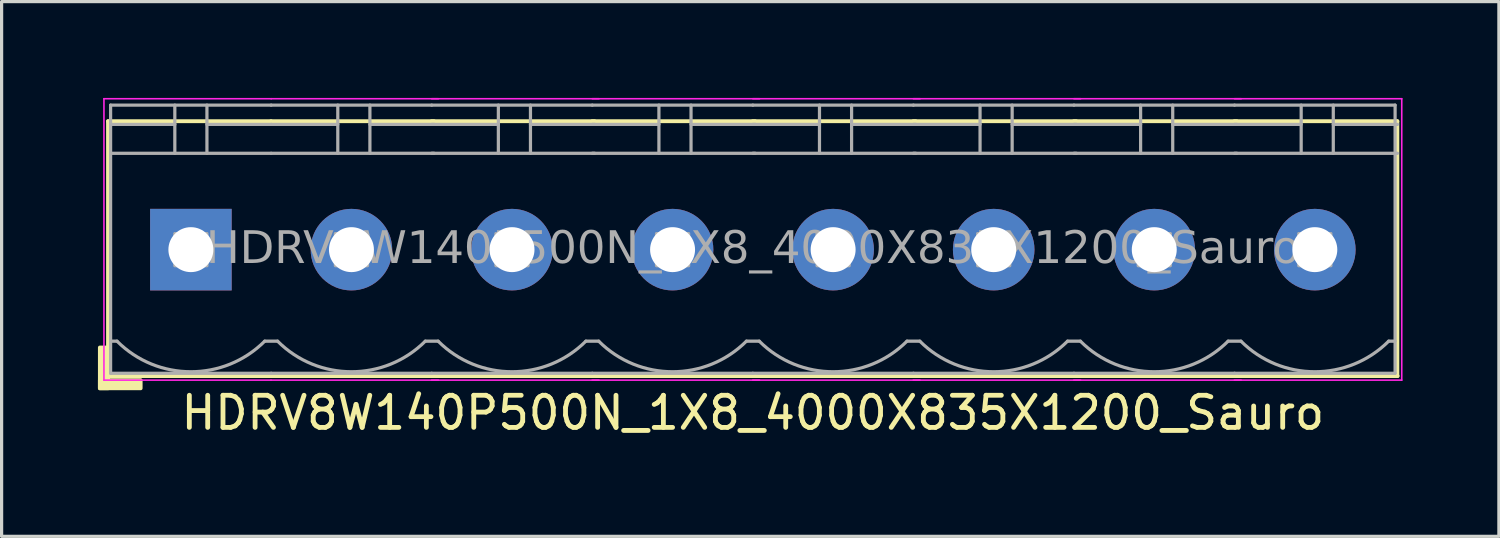
<source format=kicad_pcb>
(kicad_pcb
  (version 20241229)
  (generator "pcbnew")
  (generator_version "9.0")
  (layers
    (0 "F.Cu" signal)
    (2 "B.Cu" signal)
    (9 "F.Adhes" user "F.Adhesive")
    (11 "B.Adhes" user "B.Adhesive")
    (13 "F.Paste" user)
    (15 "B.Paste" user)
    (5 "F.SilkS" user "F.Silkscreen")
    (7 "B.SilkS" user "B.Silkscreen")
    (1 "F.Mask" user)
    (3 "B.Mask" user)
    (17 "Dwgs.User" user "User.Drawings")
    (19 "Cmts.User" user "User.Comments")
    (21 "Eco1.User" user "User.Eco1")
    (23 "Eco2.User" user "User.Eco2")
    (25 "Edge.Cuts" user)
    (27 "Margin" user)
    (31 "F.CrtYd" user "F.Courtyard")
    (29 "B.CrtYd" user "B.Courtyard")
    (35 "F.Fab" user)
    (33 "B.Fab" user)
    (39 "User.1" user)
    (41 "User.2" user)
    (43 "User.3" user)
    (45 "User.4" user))
  (footprint "HDRV8W140P500N_1X8_4000X835X1200_Sauro"
    (layer "F.Cu")
    (at 20.394 4.724)
    (property "Reference" "HDRV8W140P500N_1X8_4000X835X1200_Sauro" (at 0 5.08 0) (layer "F.SilkS") (effects (font (size 1 1) (thickness 0.15))))
    (attr through_hole)
    (fp_line (start -20.08 -4) (end -20.08 3.937) (stroke (width 0.12) (type solid)) (layer "F.SilkS"))
    (fp_line (start -20.08 3.937) (end -15 3.937) (stroke (width 0.12) (type solid)) (layer "F.SilkS"))
    (fp_line (start -15.005 -4) (end -20.08 -4) (stroke (width 0.12) (type solid)) (layer "F.SilkS"))
    (fp_line (start -15 3.937) (end -9.92 3.937) (stroke (width 0.12) (type solid)) (layer "F.SilkS"))
    (fp_line (start -10 3.937) (end -4.92 3.937) (stroke (width 0.12) (type solid)) (layer "F.SilkS"))
    (fp_line (start -9.93 -4) (end -15.005 -4) (stroke (width 0.12) (type solid)) (layer "F.SilkS"))
    (fp_line (start -5 3.937) (end 0.08 3.937) (stroke (width 0.12) (type solid)) (layer "F.SilkS"))
    (fp_line (start -4.93 -4) (end -10.005 -4) (stroke (width 0.12) (type solid)) (layer "F.SilkS"))
    (fp_line (start 0 3.937) (end 5.08 3.937) (stroke (width 0.12) (type solid)) (layer "F.SilkS"))
    (fp_line (start 0.07 -4) (end -5.005 -4) (stroke (width 0.12) (type solid)) (layer "F.SilkS"))
    (fp_line (start 5 3.937) (end 10.08 3.937) (stroke (width 0.12) (type solid)) (layer "F.SilkS"))
    (fp_line (start 5.07 -4) (end -0.005 -4) (stroke (width 0.12) (type solid)) (layer "F.SilkS"))
    (fp_line (start 10 3.937) (end 15.08 3.937) (stroke (width 0.12) (type solid)) (layer "F.SilkS"))
    (fp_line (start 10.07 -4) (end 4.995 -4) (stroke (width 0.12) (type solid)) (layer "F.SilkS"))
    (fp_line (start 15 3.937) (end 20.08 3.937) (stroke (width 0.12) (type solid)) (layer "F.SilkS"))
    (fp_line (start 15.07 -4) (end 9.995 -4) (stroke (width 0.12) (type solid)) (layer "F.SilkS"))
    (fp_line (start 20.07 -4) (end 14.995 -4) (stroke (width 0.12) (type solid)) (layer "F.SilkS"))
    (fp_line (start 20.07 -4) (end 20.07 3.937) (stroke (width 0.12) (type solid)) (layer "F.SilkS"))
    (fp_rect (start -20.08 3.048) (end -20.334 4.318) (stroke (width 0.12) (type solid)) (fill yes) (layer "F.SilkS"))
    (fp_rect (start -19.064 4.318) (end -20.334 4.064) (stroke (width 0.12) (type solid)) (fill yes) (layer "F.SilkS"))
    (fp_line (start -20.207 4.064) (end -20.207 -4.699) (stroke (width 0.05) (type solid)) (layer "F.CrtYd"))
    (fp_line (start -15.005 4.064) (end -20.207 4.064) (stroke (width 0.05) (type solid)) (layer "F.CrtYd"))
    (fp_line (start -15 -4.699) (end -20.207 -4.699) (stroke (width 0.05) (type solid)) (layer "F.CrtYd"))
    (fp_line (start -9.793 -4.699) (end -15 -4.699) (stroke (width 0.05) (type solid)) (layer "F.CrtYd"))
    (fp_line (start -9.793 4.064) (end -15.005 4.064) (stroke (width 0.05) (type solid)) (layer "F.CrtYd"))
    (fp_line (start -4.793 -4.699) (end -10 -4.699) (stroke (width 0.05) (type solid)) (layer "F.CrtYd"))
    (fp_line (start -4.793 4.064) (end -10.005 4.064) (stroke (width 0.05) (type solid)) (layer "F.CrtYd"))
    (fp_line (start 0.207 -4.699) (end -5 -4.699) (stroke (width 0.05) (type solid)) (layer "F.CrtYd"))
    (fp_line (start 0.207 4.064) (end -5.005 4.064) (stroke (width 0.05) (type solid)) (layer "F.CrtYd"))
    (fp_line (start 5.207 -4.699) (end 0 -4.699) (stroke (width 0.05) (type solid)) (layer "F.CrtYd"))
    (fp_line (start 5.207 4.064) (end -0.005 4.064) (stroke (width 0.05) (type solid)) (layer "F.CrtYd"))
    (fp_line (start 10.207 -4.699) (end 5 -4.699) (stroke (width 0.05) (type solid)) (layer "F.CrtYd"))
    (fp_line (start 10.207 4.064) (end 4.995 4.064) (stroke (width 0.05) (type solid)) (layer "F.CrtYd"))
    (fp_line (start 15.207 -4.699) (end 10 -4.699) (stroke (width 0.05) (type solid)) (layer "F.CrtYd"))
    (fp_line (start 15.207 4.064) (end 9.995 4.064) (stroke (width 0.05) (type solid)) (layer "F.CrtYd"))
    (fp_line (start 20.207 -4.699) (end 15 -4.699) (stroke (width 0.05) (type solid)) (layer "F.CrtYd"))
    (fp_line (start 20.207 -4.699) (end 20.207 4.064) (stroke (width 0.05) (type solid)) (layer "F.CrtYd"))
    (fp_line (start 20.207 4.064) (end 14.995 4.064) (stroke (width 0.05) (type solid)) (layer "F.CrtYd"))
    (fp_line (start -20 -4.5) (end -20 3.85) (stroke (width 0.1) (type solid)) (layer "F.Fab"))
    (fp_line (start -19.8 2.85) (end -20 2.85) (stroke (width 0.1) (type solid)) (layer "F.Fab"))
    (fp_line (start -18 -4.5) (end -18 -3) (stroke (width 0.1) (type default)) (layer "F.Fab"))
    (fp_line (start -18 -3.9) (end -20 -3.9) (stroke (width 0.1) (type solid)) (layer "F.Fab"))
    (fp_line (start -17 -4.5) (end -17 -3) (stroke (width 0.1) (type default)) (layer "F.Fab"))
    (fp_line (start -17 -3.9) (end -15 -3.9) (stroke (width 0.1) (type solid)) (layer "F.Fab"))
    (fp_line (start -15.2 2.85) (end -14.8 2.85) (stroke (width 0.1) (type solid)) (layer "F.Fab"))
    (fp_line (start -15 -4.5) (end -20 -4.5) (stroke (width 0.1) (type solid)) (layer "F.Fab"))
    (fp_line (start -15 -3) (end -20 -3) (stroke (width 0.1) (type solid)) (layer "F.Fab"))
    (fp_line (start -15 3.85) (end -20 3.85) (stroke (width 0.1) (type solid)) (layer "F.Fab"))
    (fp_line (start -15 3.85) (end -10 3.85) (stroke (width 0.1) (type solid)) (layer "F.Fab"))
    (fp_line (start -12.925 -4.5) (end -12.925 -3) (stroke (width 0.1) (type default)) (layer "F.Fab"))
    (fp_line (start -12.925 -3.9) (end -15 -3.9) (stroke (width 0.1) (type solid)) (layer "F.Fab"))
    (fp_line (start -11.925 -4.5) (end -11.925 -3) (stroke (width 0.1) (type default)) (layer "F.Fab"))
    (fp_line (start -11.925 -3.9) (end -9.925 -3.9) (stroke (width 0.1) (type solid)) (layer "F.Fab"))
    (fp_line (start -10.2 2.85) (end -9.8 2.85) (stroke (width 0.1) (type solid)) (layer "F.Fab"))
    (fp_line (start -10 -4.5) (end -15 -4.5) (stroke (width 0.1) (type solid)) (layer "F.Fab"))
    (fp_line (start -10 3.85) (end -5 3.85) (stroke (width 0.1) (type solid)) (layer "F.Fab"))
    (fp_line (start -9.925 -3) (end -15 -3) (stroke (width 0.1) (type solid)) (layer "F.Fab"))
    (fp_line (start -7.925 -4.5) (end -7.925 -3) (stroke (width 0.1) (type default)) (layer "F.Fab"))
    (fp_line (start -7.925 -3.9) (end -10 -3.9) (stroke (width 0.1) (type solid)) (layer "F.Fab"))
    (fp_line (start -6.925 -4.5) (end -6.925 -3) (stroke (width 0.1) (type default)) (layer "F.Fab"))
    (fp_line (start -6.925 -3.9) (end -4.925 -3.9) (stroke (width 0.1) (type solid)) (layer "F.Fab"))
    (fp_line (start -5.2 2.85) (end -4.8 2.85) (stroke (width 0.1) (type solid)) (layer "F.Fab"))
    (fp_line (start -5 -4.5) (end -10 -4.5) (stroke (width 0.1) (type solid)) (layer "F.Fab"))
    (fp_line (start -5 3.85) (end 0 3.85) (stroke (width 0.1) (type solid)) (layer "F.Fab"))
    (fp_line (start -4.925 -3) (end -10 -3) (stroke (width 0.1) (type solid)) (layer "F.Fab"))
    (fp_line (start -2.925 -4.5) (end -2.925 -3) (stroke (width 0.1) (type default)) (layer "F.Fab"))
    (fp_line (start -2.925 -3.9) (end -5 -3.9) (stroke (width 0.1) (type solid)) (layer "F.Fab"))
    (fp_line (start -1.925 -4.5) (end -1.925 -3) (stroke (width 0.1) (type default)) (layer "F.Fab"))
    (fp_line (start -1.925 -3.9) (end 0.075 -3.9) (stroke (width 0.1) (type solid)) (layer "F.Fab"))
    (fp_line (start -0.2 2.85) (end 0.2 2.85) (stroke (width 0.1) (type solid)) (layer "F.Fab"))
    (fp_line (start 0 -4.5) (end -5 -4.5) (stroke (width 0.1) (type solid)) (layer "F.Fab"))
    (fp_line (start 0 3.85) (end 5 3.85) (stroke (width 0.1) (type solid)) (layer "F.Fab"))
    (fp_line (start 0.075 -3) (end -5 -3) (stroke (width 0.1) (type solid)) (layer "F.Fab"))
    (fp_line (start 2.075 -4.5) (end 2.075 -3) (stroke (width 0.1) (type default)) (layer "F.Fab"))
    (fp_line (start 2.075 -3.9) (end 0 -3.9) (stroke (width 0.1) (type solid)) (layer "F.Fab"))
    (fp_line (start 3.075 -4.5) (end 3.075 -3) (stroke (width 0.1) (type default)) (layer "F.Fab"))
    (fp_line (start 3.075 -3.9) (end 5.075 -3.9) (stroke (width 0.1) (type solid)) (layer "F.Fab"))
    (fp_line (start 4.8 2.85) (end 5.2 2.85) (stroke (width 0.1) (type solid)) (layer "F.Fab"))
    (fp_line (start 5 -4.5) (end 0 -4.5) (stroke (width 0.1) (type solid)) (layer "F.Fab"))
    (fp_line (start 5 3.85) (end 10 3.85) (stroke (width 0.1) (type solid)) (layer "F.Fab"))
    (fp_line (start 5.075 -3) (end 0 -3) (stroke (width 0.1) (type solid)) (layer "F.Fab"))
    (fp_line (start 7.075 -4.5) (end 7.075 -3) (stroke (width 0.1) (type default)) (layer "F.Fab"))
    (fp_line (start 7.075 -3.9) (end 5 -3.9) (stroke (width 0.1) (type solid)) (layer "F.Fab"))
    (fp_line (start 8.075 -4.5) (end 8.075 -3) (stroke (width 0.1) (type default)) (layer "F.Fab"))
    (fp_line (start 8.075 -3.9) (end 10.075 -3.9) (stroke (width 0.1) (type solid)) (layer "F.Fab"))
    (fp_line (start 9.8 2.85) (end 10.2 2.85) (stroke (width 0.1) (type solid)) (layer "F.Fab"))
    (fp_line (start 10 -4.5) (end 5 -4.5) (stroke (width 0.1) (type solid)) (layer "F.Fab"))
    (fp_line (start 10 3.85) (end 15 3.85) (stroke (width 0.1) (type solid)) (layer "F.Fab"))
    (fp_line (start 10.075 -3) (end 5 -3) (stroke (width 0.1) (type solid)) (layer "F.Fab"))
    (fp_line (start 12.075 -4.5) (end 12.075 -3) (stroke (width 0.1) (type default)) (layer "F.Fab"))
    (fp_line (start 12.075 -3.9) (end 10 -3.9) (stroke (width 0.1) (type solid)) (layer "F.Fab"))
    (fp_line (start 13.075 -4.5) (end 13.075 -3) (stroke (width 0.1) (type default)) (layer "F.Fab"))
    (fp_line (start 13.075 -3.9) (end 15.075 -3.9) (stroke (width 0.1) (type solid)) (layer "F.Fab"))
    (fp_line (start 14.8 2.85) (end 15.2 2.85) (stroke (width 0.1) (type solid)) (layer "F.Fab"))
    (fp_line (start 15 -4.5) (end 10 -4.5) (stroke (width 0.1) (type solid)) (layer "F.Fab"))
    (fp_line (start 15 3.85) (end 20 3.85) (stroke (width 0.1) (type solid)) (layer "F.Fab"))
    (fp_line (start 15.075 -3) (end 10 -3) (stroke (width 0.1) (type solid)) (layer "F.Fab"))
    (fp_line (start 17.075 -4.5) (end 17.075 -3) (stroke (width 0.1) (type default)) (layer "F.Fab"))
    (fp_line (start 17.075 -3.9) (end 15 -3.9) (stroke (width 0.1) (type solid)) (layer "F.Fab"))
    (fp_line (start 18.075 -4.5) (end 18.075 -3) (stroke (width 0.1) (type default)) (layer "F.Fab"))
    (fp_line (start 18.075 -3.9) (end 20.075 -3.9) (stroke (width 0.1) (type solid)) (layer "F.Fab"))
    (fp_line (start 20 -4.5) (end 15 -4.5) (stroke (width 0.1) (type solid)) (layer "F.Fab"))
    (fp_line (start 20 -4.5) (end 20 3.85) (stroke (width 0.1) (type solid)) (layer "F.Fab"))
    (fp_line (start 20 2.85) (end 19.8 2.85) (stroke (width 0.1) (type solid)) (layer "F.Fab"))
    (fp_line (start 20.075 -3) (end 15 -3) (stroke (width 0.1) (type solid)) (layer "F.Fab"))
    (fp_rect (start -18 -0.5) (end -17 0.5) (stroke (width 0.1) (type solid)) (fill no) (layer "F.Fab"))
    (fp_rect (start -13 -0.5) (end -12 0.5) (stroke (width 0.1) (type solid)) (fill no) (layer "F.Fab"))
    (fp_rect (start -8 -0.5) (end -7 0.5) (stroke (width 0.1) (type solid)) (fill no) (layer "F.Fab"))
    (fp_rect (start -3 -0.5) (end -2 0.5) (stroke (width 0.1) (type solid)) (fill no) (layer "F.Fab"))
    (fp_rect (start 2 -0.5) (end 3 0.5) (stroke (width 0.1) (type solid)) (fill no) (layer "F.Fab"))
    (fp_rect (start 7 -0.5) (end 8 0.5) (stroke (width 0.1) (type solid)) (fill no) (layer "F.Fab"))
    (fp_rect (start 12 -0.5) (end 13 0.5) (stroke (width 0.1) (type solid)) (fill no) (layer "F.Fab"))
    (fp_rect (start 17 -0.5) (end 18 0.5) (stroke (width 0.1) (type solid)) (fill no) (layer "F.Fab"))
    (fp_arc (start -15.2 2.85) (mid -17.5 3.802691) (end -19.8 2.85) (stroke (width 0.1) (type default)) (layer "F.Fab"))
    (fp_arc (start -10.2 2.85) (mid -12.5 3.802691) (end -14.8 2.85) (stroke (width 0.1) (type default)) (layer "F.Fab"))
    (fp_arc (start -5.2 2.85) (mid -7.5 3.802691) (end -9.8 2.85) (stroke (width 0.1) (type default)) (layer "F.Fab"))
    (fp_arc (start -0.2 2.85) (mid -2.5 3.802691) (end -4.8 2.85) (stroke (width 0.1) (type default)) (layer "F.Fab"))
    (fp_arc (start 4.8 2.85) (mid 2.5 3.802691) (end 0.2 2.85) (stroke (width 0.1) (type default)) (layer "F.Fab"))
    (fp_arc (start 9.8 2.85) (mid 7.5 3.802691) (end 5.2 2.85) (stroke (width 0.1) (type default)) (layer "F.Fab"))
    (fp_arc (start 14.8 2.85) (mid 12.5 3.802691) (end 10.2 2.85) (stroke (width 0.1) (type default)) (layer "F.Fab"))
    (fp_arc (start 19.8 2.85) (mid 17.5 3.802691) (end 15.2 2.85) (stroke (width 0.1) (type default)) (layer "F.Fab"))
    (fp_text user "${REFERENCE}" (at 0 0 0) (layer "F.Fab") (effects (font (face "Tahoma") (size 1 1) (thickness 0.15))))
    (pad "1" thru_hole rect (at -17.5 0) (size 2.54 2.54) (drill 1.4) (layers "*.Cu" "*.Mask"))
    (pad "2" thru_hole circle (at -12.5 0) (size 2.54 2.54) (drill 1.4) (layers "*.Cu" "*.Mask"))
    (pad "3" thru_hole circle (at -7.5 0) (size 2.54 2.54) (drill 1.4) (layers "*.Cu" "*.Mask"))
    (pad "4" thru_hole circle (at -2.5 0) (size 2.54 2.54) (drill 1.4) (layers "*.Cu" "*.Mask"))
    (pad "5" thru_hole circle (at 2.5 0) (size 2.54 2.54) (drill 1.4) (layers "*.Cu" "*.Mask"))
    (pad "6" thru_hole circle (at 7.5 0) (size 2.54 2.54) (drill 1.4) (layers "*.Cu" "*.Mask"))
    (pad "7" thru_hole circle (at 12.5 0) (size 2.54 2.54) (drill 1.4) (layers "*.Cu" "*.Mask"))
    (pad "8" thru_hole circle (at 17.5 0) (size 2.54 2.54) (drill 1.4) (layers "*.Cu" "*.Mask")))
  (gr_rect
    (start -3 -3)
    (end 43.626 13.652)
    (stroke (width 0.1) (type default))
    (fill no)
    (layer "Edge.Cuts")))
</source>
